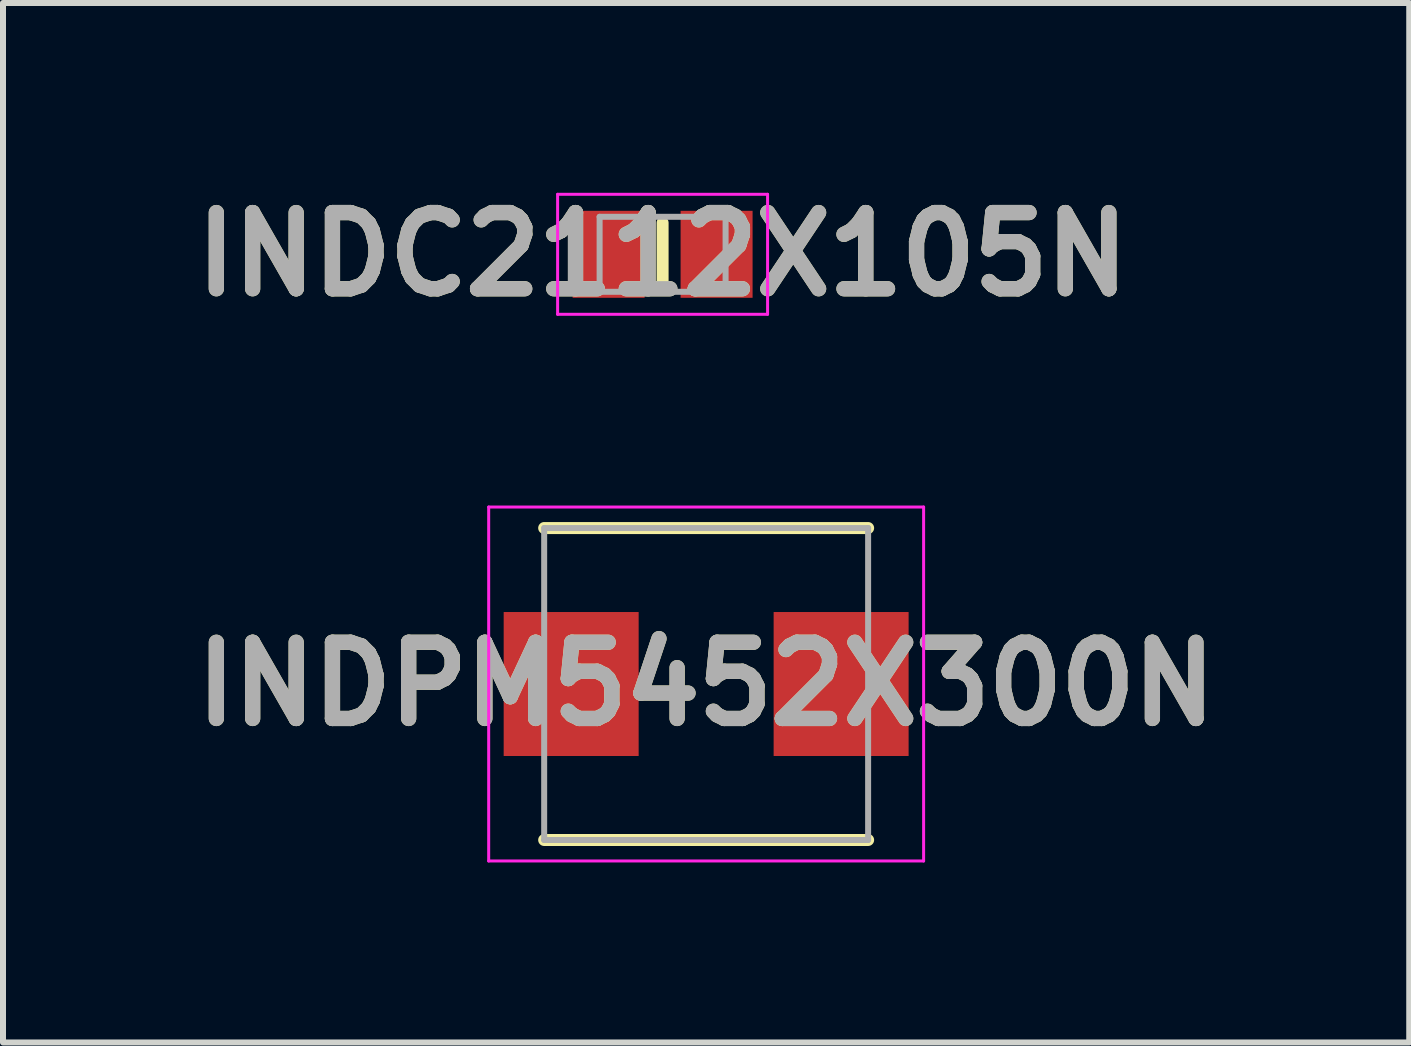
<source format=kicad_pcb>
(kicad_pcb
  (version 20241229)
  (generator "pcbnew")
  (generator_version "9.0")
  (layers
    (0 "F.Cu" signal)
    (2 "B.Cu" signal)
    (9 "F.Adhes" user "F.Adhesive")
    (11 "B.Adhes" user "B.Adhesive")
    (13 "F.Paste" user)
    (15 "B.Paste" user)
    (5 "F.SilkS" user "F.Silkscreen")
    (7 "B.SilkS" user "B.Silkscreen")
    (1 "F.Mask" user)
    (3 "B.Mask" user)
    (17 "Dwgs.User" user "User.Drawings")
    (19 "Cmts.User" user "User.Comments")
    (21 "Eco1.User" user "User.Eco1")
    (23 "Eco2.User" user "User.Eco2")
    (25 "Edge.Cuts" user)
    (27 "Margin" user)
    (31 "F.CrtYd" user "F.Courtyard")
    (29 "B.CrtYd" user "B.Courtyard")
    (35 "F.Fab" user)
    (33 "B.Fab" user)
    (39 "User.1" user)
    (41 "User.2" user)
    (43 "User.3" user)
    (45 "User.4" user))
  (footprint "INDPM5452X300N"
    (layer "F.Cu")
    (at 8.721 8.352)
    (property "Reference" "INDPM5452X300N" (at 0 0 0) (layer "F.SilkS") (effects (font (size 1.27 1.27) (thickness 0.254))))
    (attr smd)
    (fp_line (start -2.7 2.6) (end 2.7 2.6) (stroke (width 0.2) (type solid)) (layer "F.SilkS"))
    (fp_line (start 2.7 -2.6) (end -2.7 -2.6) (stroke (width 0.2) (type solid)) (layer "F.SilkS"))
    (fp_line (start -3.625 -2.95) (end 3.625 -2.95) (stroke (width 0.05) (type solid)) (layer "F.CrtYd"))
    (fp_line (start -3.625 2.95) (end -3.625 -2.95) (stroke (width 0.05) (type solid)) (layer "F.CrtYd"))
    (fp_line (start 3.625 -2.95) (end 3.625 2.95) (stroke (width 0.05) (type solid)) (layer "F.CrtYd"))
    (fp_line (start 3.625 2.95) (end -3.625 2.95) (stroke (width 0.05) (type solid)) (layer "F.CrtYd"))
    (fp_line (start -2.7 -2.6) (end 2.7 -2.6) (stroke (width 0.1) (type solid)) (layer "F.Fab"))
    (fp_line (start -2.7 2.6) (end -2.7 -2.6) (stroke (width 0.1) (type solid)) (layer "F.Fab"))
    (fp_line (start 2.7 -2.6) (end 2.7 2.6) (stroke (width 0.1) (type solid)) (layer "F.Fab"))
    (fp_line (start 2.7 2.6) (end -2.7 2.6) (stroke (width 0.1) (type solid)) (layer "F.Fab"))
    (fp_text user "${REFERENCE}" (at 0 0 0) (layer "F.Fab") (effects (font (size 1.27 1.27) (thickness 0.254))))
    (pad "1" smd rect (at -2.25 0) (size 2.25 2.4) (layers "F.Cu" "F.Mask" "F.Paste"))
    (pad "2" smd rect (at 2.25 0) (size 2.25 2.4) (layers "F.Cu" "F.Mask" "F.Paste")))
  (footprint "INDC2112X105N"
    (layer "F.Cu")
    (at 7.995 1.189)
    (property "Reference" "INDC2112X105N" (at 0 0 0) (layer "F.SilkS") (effects (font (size 1.27 1.27) (thickness 0.254))))
    (attr smd)
    (fp_line (start 0 -0.525) (end 0 0.525) (stroke (width 0.2) (type solid)) (layer "F.SilkS"))
    (fp_line (start -1.75 -1) (end 1.75 -1) (stroke (width 0.05) (type solid)) (layer "F.CrtYd"))
    (fp_line (start -1.75 1) (end -1.75 -1) (stroke (width 0.05) (type solid)) (layer "F.CrtYd"))
    (fp_line (start 1.75 -1) (end 1.75 1) (stroke (width 0.05) (type solid)) (layer "F.CrtYd"))
    (fp_line (start 1.75 1) (end -1.75 1) (stroke (width 0.05) (type solid)) (layer "F.CrtYd"))
    (fp_line (start -1.05 -0.625) (end 1.05 -0.625) (stroke (width 0.1) (type solid)) (layer "F.Fab"))
    (fp_line (start -1.05 0.625) (end -1.05 -0.625) (stroke (width 0.1) (type solid)) (layer "F.Fab"))
    (fp_line (start 1.05 -0.625) (end 1.05 0.625) (stroke (width 0.1) (type solid)) (layer "F.Fab"))
    (fp_line (start 1.05 0.625) (end -1.05 0.625) (stroke (width 0.1) (type solid)) (layer "F.Fab"))
    (fp_text user "${REFERENCE}" (at 0 0 0) (layer "F.Fab") (effects (font (size 1.27 1.27) (thickness 0.254))))
    (pad "1" smd rect (at -0.9 0) (size 1.2 1.45) (layers "F.Cu" "F.Mask" "F.Paste"))
    (pad "2" smd rect (at 0.9 0) (size 1.2 1.45) (layers "F.Cu" "F.Mask" "F.Paste")))
  (gr_rect
    (start -3 -3)
    (end 20.441 14.327)
    (stroke (width 0.1) (type default))
    (fill no)
    (layer "Edge.Cuts")))
</source>
